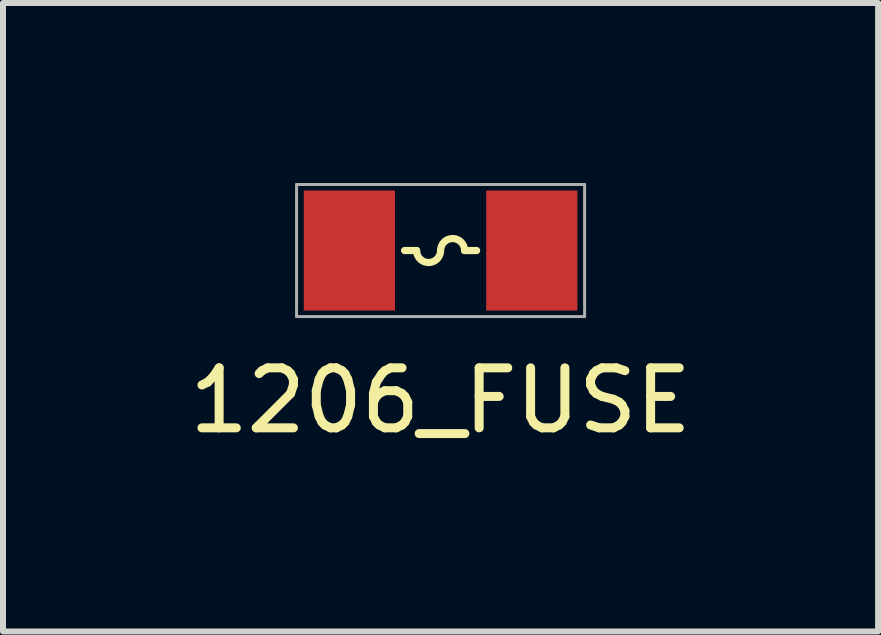
<source format=kicad_pcb>
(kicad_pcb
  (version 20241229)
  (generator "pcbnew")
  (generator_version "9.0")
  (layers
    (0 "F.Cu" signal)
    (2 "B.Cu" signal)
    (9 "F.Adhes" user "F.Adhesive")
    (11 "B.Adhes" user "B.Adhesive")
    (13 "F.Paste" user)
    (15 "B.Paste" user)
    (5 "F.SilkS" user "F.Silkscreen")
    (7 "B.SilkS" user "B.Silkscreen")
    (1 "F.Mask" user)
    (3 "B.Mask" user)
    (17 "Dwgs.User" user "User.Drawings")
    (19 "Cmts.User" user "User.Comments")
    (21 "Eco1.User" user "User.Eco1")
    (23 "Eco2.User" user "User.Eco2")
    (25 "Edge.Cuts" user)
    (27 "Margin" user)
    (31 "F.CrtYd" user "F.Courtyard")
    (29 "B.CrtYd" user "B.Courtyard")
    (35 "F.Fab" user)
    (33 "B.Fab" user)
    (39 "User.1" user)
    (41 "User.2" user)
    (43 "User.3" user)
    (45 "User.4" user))
  (footprint "1206_FUSE"
    (layer "F.Cu")
    (at 4.292 1.125)
    (property "Reference" "1206_FUSE" (at 0 2.5 0) (layer "F.SilkS") (effects (font (size 1 1) (thickness 0.15))))
    (attr through_hole)
    (fp_line (start -0.4 0) (end -0.6 0) (stroke (width 0.12) (type solid)) (layer "F.SilkS"))
    (fp_line (start 0.4 0) (end 0.6 0) (stroke (width 0.12) (type solid)) (layer "F.SilkS"))
    (fp_arc (start 0 0) (mid -0.2 0.2) (end -0.4 0) (stroke (width 0.12) (type solid)) (layer "F.SilkS"))
    (fp_arc (start 0 0) (mid 0.2 -0.2) (end 0.4 0) (stroke (width 0.12) (type solid)) (layer "F.SilkS"))
    (fp_line (start -2.4 -1.1) (end 2.4 -1.1) (stroke (width 0.05) (type solid)) (layer "F.Fab"))
    (fp_line (start -2.4 1.1) (end -2.4 -1.1) (stroke (width 0.05) (type solid)) (layer "F.Fab"))
    (fp_line (start 2.4 -1.1) (end 2.4 1.1) (stroke (width 0.05) (type solid)) (layer "F.Fab"))
    (fp_line (start 2.4 1.1) (end -2.4 1.1) (stroke (width 0.05) (type solid)) (layer "F.Fab"))
    (pad "1" smd rect (at -1.52 0) (size 1.52 2) (layers "F.Cu" "F.Mask" "F.Paste"))
    (pad "2" smd rect (at 1.52 0) (size 1.52 2) (layers "F.Cu" "F.Mask" "F.Paste")))
  (gr_rect
    (start -3 -3)
    (end 11.583 7.473)
    (stroke (width 0.1) (type default))
    (fill no)
    (layer "Edge.Cuts")))
</source>
